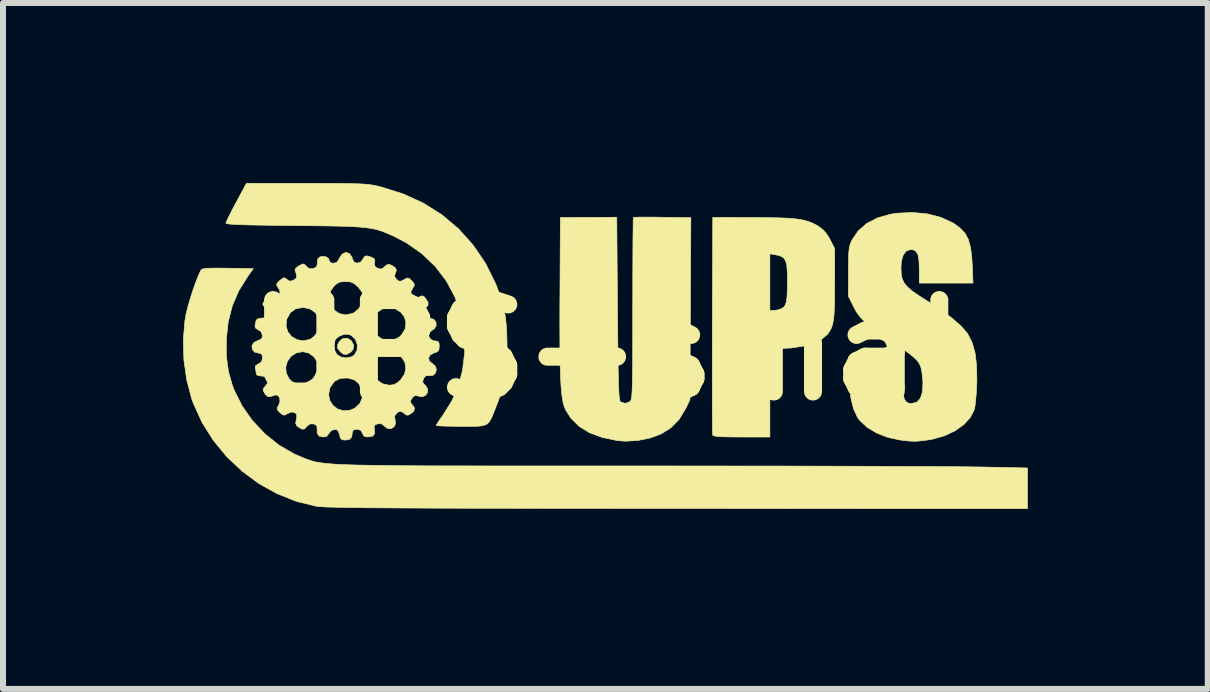
<source format=kicad_pcb>
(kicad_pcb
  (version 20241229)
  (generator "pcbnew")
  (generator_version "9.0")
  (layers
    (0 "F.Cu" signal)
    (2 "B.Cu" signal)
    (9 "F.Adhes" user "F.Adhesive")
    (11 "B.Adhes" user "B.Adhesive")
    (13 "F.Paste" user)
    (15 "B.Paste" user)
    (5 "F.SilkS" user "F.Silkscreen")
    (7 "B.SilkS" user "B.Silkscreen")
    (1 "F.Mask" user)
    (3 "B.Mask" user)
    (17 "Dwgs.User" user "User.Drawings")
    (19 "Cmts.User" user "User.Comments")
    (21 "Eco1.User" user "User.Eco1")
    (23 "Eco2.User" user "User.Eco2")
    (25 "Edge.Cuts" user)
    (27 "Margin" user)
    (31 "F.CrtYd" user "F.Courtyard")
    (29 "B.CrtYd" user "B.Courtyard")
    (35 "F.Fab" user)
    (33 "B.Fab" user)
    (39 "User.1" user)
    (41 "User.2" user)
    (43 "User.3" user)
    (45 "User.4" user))
  (footprint "UPS-smal"
    (layer "F.Cu")
    (at 7.09 2.786)
    (property "Reference" "UPS-smal" (at 0 0 0) (layer "F.SilkS") (effects (font (size 1.524 1.524) (thickness 0.3))))
    (attr through_hole)
    (fp_poly (pts (xy -4.286 -0.159) (xy -4.284 -0.157) (xy -4.246 -0.085) (xy -4.254 -0.015) (xy -4.298 0.037) (xy -4.366 0.072) (xy -4.422 0.064) (xy -4.47 0.025) (xy -4.514 -0.033) (xy -4.513 -0.09) (xy -4.482 -0.147) (xy -4.423 -0.194) (xy -4.351 -0.198) (xy -4.286 -0.159)) (stroke (width 0.01) (type solid)) (fill yes) (layer "F.SilkS"))
    (fp_poly (pts (xy 2.417 -2.211) (xy 2.656 -2.209) (xy 2.852 -2.205) (xy 3.01 -2.198) (xy 3.137 -2.186) (xy 3.24 -2.17) (xy 3.326 -2.147) (xy 3.401 -2.118) (xy 3.473 -2.081) (xy 3.505 -2.062) (xy 3.591 -1.995) (xy 3.66 -1.906) (xy 3.695 -1.842) (xy 3.772 -1.693) (xy 3.772 -1.107) (xy 3.771 -0.897) (xy 3.768 -0.73) (xy 3.762 -0.601) (xy 3.751 -0.501) (xy 3.736 -0.424) (xy 3.714 -0.363) (xy 3.685 -0.31) (xy 3.654 -0.267) (xy 3.559 -0.184) (xy 3.421 -0.116) (xy 3.246 -0.066) (xy 3.04 -0.036) (xy 2.838 -0.026) (xy 2.692 -0.025) (xy 2.692 1.448) (xy 2.222 1.448) (xy 2.044 1.447) (xy 1.912 1.444) (xy 1.821 1.439) (xy 1.766 1.43) (xy 1.741 1.419) (xy 1.739 1.416) (xy 1.737 1.386) (xy 1.735 1.309) (xy 1.734 1.19) (xy 1.733 1.032) (xy 1.732 0.84) (xy 1.732 0.618) (xy 1.732 0.37) (xy 1.732 0.101) (xy 1.733 -0.187) (xy 1.733 -0.414) (xy 1.734 -0.66) (xy 2.692 -0.66) (xy 2.755 -0.66) (xy 2.827 -0.671) (xy 2.882 -0.69) (xy 2.921 -0.714) (xy 2.948 -0.75) (xy 2.967 -0.806) (xy 2.978 -0.89) (xy 2.983 -1.01) (xy 2.985 -1.161) (xy 2.982 -1.312) (xy 2.973 -1.42) (xy 2.953 -1.493) (xy 2.919 -1.54) (xy 2.867 -1.569) (xy 2.793 -1.588) (xy 2.788 -1.589) (xy 2.692 -1.606) (xy 2.692 -0.66) (xy 1.734 -0.66) (xy 1.74 -2.213) (xy 2.417 -2.211)) (stroke (width 0.01) (type solid)) (fill yes) (layer "F.SilkS"))
    (fp_poly (pts (xy 0.751 -2.217) (xy 0.9 -2.215) (xy 0.901 -2.215) (xy 1.375 -2.208) (xy 1.367 -0.691) (xy 1.359 0.826) (xy 1.292 0.968) (xy 1.18 1.153) (xy 1.037 1.298) (xy 0.88 1.396) (xy 0.697 1.464) (xy 0.491 1.506) (xy 0.283 1.518) (xy 0.152 1.508) (xy -0.102 1.455) (xy -0.314 1.377) (xy -0.486 1.271) (xy -0.622 1.137) (xy -0.711 0.999) (xy -0.732 0.949) (xy -0.751 0.888) (xy -0.766 0.811) (xy -0.779 0.716) (xy -0.789 0.597) (xy -0.797 0.451) (xy -0.803 0.275) (xy -0.807 0.064) (xy -0.808 -0.185) (xy -0.809 -0.476) (xy -0.808 -0.813) (xy -0.807 -0.909) (xy -0.8 -2.211) (xy 0.14 -2.215) (xy 0.152 -0.688) (xy 0.155 -0.366) (xy 0.158 -0.092) (xy 0.161 0.138) (xy 0.164 0.329) (xy 0.167 0.484) (xy 0.171 0.606) (xy 0.175 0.7) (xy 0.18 0.768) (xy 0.185 0.816) (xy 0.192 0.845) (xy 0.199 0.861) (xy 0.203 0.864) (xy 0.28 0.887) (xy 0.351 0.863) (xy 0.366 0.849) (xy 0.375 0.836) (xy 0.382 0.814) (xy 0.388 0.777) (xy 0.393 0.723) (xy 0.397 0.648) (xy 0.4 0.547) (xy 0.402 0.417) (xy 0.404 0.255) (xy 0.405 0.055) (xy 0.406 -0.184) (xy 0.406 -0.468) (xy 0.406 -0.696) (xy 0.407 -0.968) (xy 0.407 -1.224) (xy 0.408 -1.46) (xy 0.409 -1.673) (xy 0.41 -1.856) (xy 0.412 -2.006) (xy 0.413 -2.118) (xy 0.415 -2.188) (xy 0.417 -2.212) (xy 0.444 -2.215) (xy 0.515 -2.217) (xy 0.619 -2.217) (xy 0.751 -2.217)) (stroke (width 0.01) (type solid)) (fill yes) (layer "F.SilkS"))
    (fp_poly (pts (xy -5.029 -2.78) (xy -4.775 -2.78) (xy -4.567 -2.779) (xy -4.397 -2.778) (xy -4.261 -2.775) (xy -4.152 -2.772) (xy -4.064 -2.767) (xy -3.992 -2.76) (xy -3.93 -2.751) (xy -3.872 -2.74) (xy -3.812 -2.726) (xy -3.785 -2.719) (xy -3.418 -2.604) (xy -3.08 -2.448) (xy -2.771 -2.253) (xy -2.495 -2.02) (xy -2.254 -1.751) (xy -2.048 -1.449) (xy -1.882 -1.114) (xy -1.867 -1.078) (xy -1.798 -0.893) (xy -1.749 -0.724) (xy -1.716 -0.554) (xy -1.697 -0.369) (xy -1.69 -0.154) (xy -1.689 -0.076) (xy -1.693 0.147) (xy -1.707 0.336) (xy -1.734 0.505) (xy -1.776 0.671) (xy -1.836 0.849) (xy -1.867 0.929) (xy -1.914 1.05) (xy -1.951 1.139) (xy -1.988 1.2) (xy -2.032 1.238) (xy -2.093 1.26) (xy -2.179 1.269) (xy -2.298 1.27) (xy -2.452 1.27) (xy -2.591 1.269) (xy -2.711 1.267) (xy -2.802 1.263) (xy -2.858 1.259) (xy -2.87 1.256) (xy -2.856 1.229) (xy -2.82 1.173) (xy -2.768 1.098) (xy -2.756 1.081) (xy -2.607 0.842) (xy -2.5 0.598) (xy -2.431 0.337) (xy -2.396 0.048) (xy -2.395 0.024) (xy -2.402 -0.294) (xy -2.457 -0.599) (xy -2.558 -0.887) (xy -2.701 -1.153) (xy -2.885 -1.395) (xy -3.108 -1.608) (xy -3.366 -1.789) (xy -3.564 -1.893) (xy -3.649 -1.931) (xy -3.724 -1.963) (xy -3.797 -1.99) (xy -3.872 -2.012) (xy -3.954 -2.029) (xy -4.049 -2.042) (xy -4.162 -2.053) (xy -4.299 -2.06) (xy -4.464 -2.066) (xy -4.664 -2.07) (xy -4.903 -2.073) (xy -5.187 -2.076) (xy -5.226 -2.076) (xy -5.516 -2.079) (xy -5.759 -2.083) (xy -5.956 -2.086) (xy -6.112 -2.091) (xy -6.229 -2.096) (xy -6.309 -2.101) (xy -6.357 -2.108) (xy -6.375 -2.115) (xy -6.375 -2.117) (xy -6.363 -2.149) (xy -6.331 -2.216) (xy -6.284 -2.311) (xy -6.225 -2.423) (xy -6.203 -2.464) (xy -6.032 -2.781) (xy -5.029 -2.78)) (stroke (width 0.01) (type solid)) (fill yes) (layer "F.SilkS"))
    (fp_poly (pts (xy -6.35 -1.366) (xy -6.342 -1.366) (xy -5.918 -1.359) (xy -6.009 -1.232) (xy -6.161 -0.988) (xy -6.269 -0.736) (xy -6.337 -0.466) (xy -6.368 -0.178) (xy -6.367 0.101) (xy -6.333 0.353) (xy -6.265 0.593) (xy -6.238 0.663) (xy -6.105 0.929) (xy -5.932 1.176) (xy -5.724 1.396) (xy -5.489 1.584) (xy -5.235 1.731) (xy -5.118 1.781) (xy -5.074 1.799) (xy -5.034 1.815) (xy -4.995 1.829) (xy -4.955 1.842) (xy -4.912 1.855) (xy -4.864 1.866) (xy -4.809 1.875) (xy -4.744 1.884) (xy -4.668 1.892) (xy -4.577 1.899) (xy -4.471 1.905) (xy -4.346 1.91) (xy -4.201 1.915) (xy -4.033 1.918) (xy -3.84 1.921) (xy -3.62 1.924) (xy -3.371 1.926) (xy -3.09 1.928) (xy -2.776 1.929) (xy -2.426 1.929) (xy -2.038 1.93) (xy -1.61 1.93) (xy -1.139 1.93) (xy -0.624 1.93) (xy -0.061 1.93) (xy 0.444 1.93) (xy 0.954 1.93) (xy 1.458 1.931) (xy 1.952 1.931) (xy 2.435 1.932) (xy 2.902 1.932) (xy 3.352 1.933) (xy 3.78 1.934) (xy 4.184 1.935) (xy 4.561 1.937) (xy 4.908 1.938) (xy 5.222 1.939) (xy 5.5 1.941) (xy 5.738 1.942) (xy 5.935 1.944) (xy 6.086 1.946) (xy 6.181 1.947) (xy 6.985 1.964) (xy 6.985 2.642) (xy 1.162 2.639) (xy 0.501 2.639) (xy -0.111 2.638) (xy -0.676 2.638) (xy -1.195 2.637) (xy -1.671 2.636) (xy -2.106 2.636) (xy -2.5 2.635) (xy -2.857 2.634) (xy -3.177 2.632) (xy -3.463 2.631) (xy -3.717 2.629) (xy -3.94 2.628) (xy -4.134 2.626) (xy -4.301 2.623) (xy -4.443 2.621) (xy -4.562 2.618) (xy -4.659 2.616) (xy -4.736 2.613) (xy -4.796 2.609) (xy -4.839 2.605) (xy -4.866 2.602) (xy -5.2 2.521) (xy -5.521 2.393) (xy -5.825 2.224) (xy -6.106 2.016) (xy -6.361 1.775) (xy -6.584 1.504) (xy -6.771 1.208) (xy -6.916 0.889) (xy -6.948 0.8) (xy -7.029 0.491) (xy -7.075 0.163) (xy -7.085 -0.169) (xy -7.058 -0.489) (xy -7.037 -0.607) (xy -7.01 -0.718) (xy -6.972 -0.85) (xy -6.928 -0.988) (xy -6.881 -1.121) (xy -6.837 -1.235) (xy -6.799 -1.318) (xy -6.786 -1.34) (xy -6.765 -1.353) (xy -6.717 -1.361) (xy -6.635 -1.366) (xy -6.515 -1.368) (xy -6.35 -1.366)) (stroke (width 0.01) (type solid)) (fill yes) (layer "F.SilkS"))
    (fp_poly (pts (xy 5.318 -2.271) (xy 5.546 -2.212) (xy 5.744 -2.12) (xy 5.768 -2.105) (xy 5.87 -2.028) (xy 5.947 -1.944) (xy 6.001 -1.842) (xy 6.036 -1.714) (xy 6.057 -1.552) (xy 6.065 -1.418) (xy 6.078 -1.118) (xy 5.182 -1.118) (xy 5.182 -1.355) (xy 5.177 -1.492) (xy 5.162 -1.586) (xy 5.132 -1.643) (xy 5.085 -1.671) (xy 5.035 -1.676) (xy 4.966 -1.653) (xy 4.915 -1.587) (xy 4.884 -1.482) (xy 4.877 -1.379) (xy 4.881 -1.277) (xy 4.896 -1.194) (xy 4.928 -1.122) (xy 4.983 -1.055) (xy 5.066 -0.984) (xy 5.183 -0.903) (xy 5.315 -0.82) (xy 5.546 -0.668) (xy 5.736 -0.527) (xy 5.882 -0.398) (xy 5.982 -0.282) (xy 5.995 -0.261) (xy 6.065 -0.121) (xy 6.112 0.047) (xy 6.137 0.249) (xy 6.142 0.491) (xy 6.14 0.567) (xy 6.133 0.701) (xy 6.123 0.825) (xy 6.112 0.925) (xy 6.1 0.989) (xy 6.099 0.992) (xy 6.033 1.122) (xy 5.925 1.24) (xy 5.781 1.343) (xy 5.608 1.425) (xy 5.415 1.481) (xy 5.326 1.497) (xy 5.213 1.511) (xy 5.13 1.519) (xy 5.055 1.518) (xy 4.968 1.511) (xy 4.864 1.498) (xy 4.659 1.454) (xy 4.472 1.382) (xy 4.312 1.286) (xy 4.189 1.171) (xy 4.154 1.124) (xy 4.089 0.986) (xy 4.043 0.804) (xy 4.018 0.58) (xy 4.014 0.413) (xy 4.013 0.127) (xy 4.902 0.127) (xy 4.902 0.452) (xy 4.905 0.613) (xy 4.913 0.73) (xy 4.931 0.81) (xy 4.96 0.859) (xy 5.001 0.883) (xy 5.055 0.889) (xy 5.141 0.867) (xy 5.201 0.802) (xy 5.235 0.695) (xy 5.243 0.547) (xy 5.233 0.421) (xy 5.222 0.345) (xy 5.208 0.282) (xy 5.184 0.227) (xy 5.147 0.174) (xy 5.09 0.118) (xy 5.008 0.052) (xy 4.897 -0.028) (xy 4.751 -0.129) (xy 4.682 -0.175) (xy 4.52 -0.287) (xy 4.395 -0.377) (xy 4.299 -0.453) (xy 4.227 -0.519) (xy 4.172 -0.583) (xy 4.127 -0.65) (xy 4.086 -0.727) (xy 4.084 -0.731) (xy 4 -0.901) (xy 4.001 -1.308) (xy 4.002 -1.463) (xy 4.004 -1.577) (xy 4.01 -1.661) (xy 4.019 -1.722) (xy 4.033 -1.773) (xy 4.054 -1.821) (xy 4.061 -1.836) (xy 4.165 -1.989) (xy 4.308 -2.113) (xy 4.489 -2.206) (xy 4.705 -2.266) (xy 4.807 -2.282) (xy 5.069 -2.295) (xy 5.318 -2.271)) (stroke (width 0.01) (type solid)) (fill yes) (layer "F.SilkS"))
    (fp_poly (pts (xy -4.318 -1.611) (xy -4.275 -1.553) (xy -4.263 -1.511) (xy -4.235 -1.465) (xy -4.185 -1.45) (xy -4.131 -1.467) (xy -4.095 -1.51) (xy -4.067 -1.558) (xy -4.032 -1.572) (xy -3.974 -1.558) (xy -3.949 -1.549) (xy -3.901 -1.522) (xy -3.892 -1.482) (xy -3.897 -1.46) (xy -3.899 -1.408) (xy -3.865 -1.375) (xy -3.848 -1.367) (xy -3.794 -1.351) (xy -3.753 -1.369) (xy -3.729 -1.391) (xy -3.686 -1.426) (xy -3.649 -1.428) (xy -3.603 -1.408) (xy -3.546 -1.369) (xy -3.534 -1.326) (xy -3.555 -1.272) (xy -3.564 -1.226) (xy -3.53 -1.18) (xy -3.529 -1.179) (xy -3.49 -1.15) (xy -3.455 -1.15) (xy -3.406 -1.175) (xy -3.355 -1.202) (xy -3.321 -1.197) (xy -3.279 -1.158) (xy -3.277 -1.156) (xy -3.239 -1.111) (xy -3.235 -1.077) (xy -3.261 -1.03) (xy -3.263 -1.027) (xy -3.291 -0.977) (xy -3.289 -0.945) (xy -3.257 -0.909) (xy -3.213 -0.875) (xy -3.17 -0.879) (xy -3.149 -0.889) (xy -3.103 -0.906) (xy -3.068 -0.888) (xy -3.045 -0.86) (xy -3.005 -0.795) (xy -3.007 -0.746) (xy -3.051 -0.702) (xy -3.052 -0.701) (xy -3.09 -0.665) (xy -3.089 -0.625) (xy -3.078 -0.598) (xy -3.038 -0.547) (xy -2.975 -0.533) (xy -2.91 -0.514) (xy -2.874 -0.467) (xy -2.87 -0.409) (xy -2.902 -0.355) (xy -2.934 -0.335) (xy -2.985 -0.292) (xy -2.995 -0.238) (xy -2.971 -0.189) (xy -2.915 -0.157) (xy -2.878 -0.152) (xy -2.838 -0.145) (xy -2.822 -0.112) (xy -2.819 -0.064) (xy -2.825 -0.002) (xy -2.854 0.029) (xy -2.902 0.045) (xy -2.968 0.079) (xy -2.996 0.13) (xy -2.985 0.183) (xy -2.935 0.223) (xy -2.884 0.267) (xy -2.867 0.324) (xy -2.88 0.38) (xy -2.92 0.419) (xy -2.983 0.426) (xy -2.984 0.426) (xy -3.04 0.426) (xy -3.075 0.463) (xy -3.081 0.476) (xy -3.096 0.527) (xy -3.076 0.565) (xy -3.051 0.586) (xy -3.013 0.642) (xy -3.013 0.702) (xy -3.044 0.751) (xy -3.097 0.777) (xy -3.161 0.767) (xy -3.214 0.754) (xy -3.255 0.778) (xy -3.261 0.785) (xy -3.298 0.842) (xy -3.288 0.889) (xy -3.264 0.914) (xy -3.229 0.965) (xy -3.244 1.017) (xy -3.29 1.057) (xy -3.338 1.084) (xy -3.371 1.08) (xy -3.4 1.057) (xy -3.451 1.021) (xy -3.494 1.026) (xy -3.533 1.057) (xy -3.564 1.1) (xy -3.556 1.156) (xy -3.554 1.161) (xy -3.548 1.23) (xy -3.577 1.282) (xy -3.627 1.309) (xy -3.686 1.303) (xy -3.73 1.268) (xy -3.779 1.228) (xy -3.838 1.227) (xy -3.846 1.229) (xy -3.893 1.247) (xy -3.905 1.279) (xy -3.898 1.325) (xy -3.896 1.394) (xy -3.93 1.434) (xy -4.007 1.447) (xy -4.017 1.447) (xy -4.073 1.434) (xy -4.1 1.385) (xy -4.1 1.384) (xy -4.124 1.337) (xy -4.174 1.321) (xy -4.191 1.321) (xy -4.247 1.329) (xy -4.267 1.36) (xy -4.267 1.37) (xy -4.279 1.448) (xy -4.319 1.489) (xy -4.381 1.499) (xy -4.439 1.493) (xy -4.467 1.466) (xy -4.481 1.41) (xy -4.5 1.348) (xy -4.531 1.324) (xy -4.561 1.321) (xy -4.623 1.343) (xy -4.653 1.384) (xy -4.695 1.436) (xy -4.752 1.448) (xy -4.821 1.433) (xy -4.853 1.386) (xy -4.855 1.315) (xy -4.859 1.261) (xy -4.897 1.235) (xy -4.913 1.23) (xy -4.972 1.229) (xy -5.022 1.267) (xy -5.028 1.274) (xy -5.065 1.313) (xy -5.099 1.318) (xy -5.148 1.294) (xy -5.196 1.259) (xy -5.212 1.217) (xy -5.201 1.151) (xy -5.194 1.126) (xy -5.195 1.07) (xy -5.232 1.037) (xy -5.29 1.033) (xy -5.347 1.057) (xy -5.394 1.083) (xy -5.428 1.079) (xy -5.473 1.042) (xy -5.475 1.04) (xy -5.515 0.998) (xy -5.521 0.965) (xy -5.497 0.92) (xy -5.496 0.92) (xy -5.474 0.858) (xy -5.479 0.799) (xy -5.504 0.757) (xy -5.546 0.746) (xy -5.557 0.75) (xy -5.631 0.775) (xy -5.678 0.773) (xy -5.713 0.741) (xy -5.715 0.738) (xy -4.663 0.738) (xy -4.643 0.838) (xy -4.59 0.922) (xy -4.511 0.982) (xy -4.414 1.011) (xy -4.309 1.003) (xy -4.227 0.968) (xy -4.142 0.89) (xy -4.101 0.79) (xy -4.108 0.675) (xy -4.111 0.663) (xy -4.159 0.559) (xy -4.235 0.495) (xy -4.345 0.465) (xy -4.352 0.464) (xy -4.472 0.471) (xy -4.567 0.522) (xy -4.634 0.616) (xy -4.64 0.628) (xy -4.663 0.738) (xy -5.715 0.738) (xy -5.726 0.723) (xy -5.753 0.676) (xy -5.752 0.643) (xy -5.719 0.601) (xy -5.706 0.588) (xy -5.663 0.522) (xy -5.667 0.471) (xy -5.717 0.439) (xy -5.78 0.432) (xy -5.843 0.423) (xy -5.868 0.401) (xy -5.868 0.4) (xy -5.874 0.351) (xy -5.883 0.312) (xy -5.884 0.282) (xy -5.377 0.282) (xy -5.369 0.382) (xy -5.322 0.476) (xy -5.28 0.519) (xy -5.199 0.564) (xy -5.103 0.584) (xy -5.011 0.578) (xy -4.952 0.552) (xy -4.871 0.458) (xy -4.83 0.343) (xy -4.826 0.297) (xy -4.83 0.278) (xy -3.937 0.278) (xy -3.915 0.399) (xy -3.856 0.496) (xy -3.766 0.56) (xy -3.653 0.584) (xy -3.649 0.584) (xy -3.574 0.575) (xy -3.51 0.539) (xy -3.465 0.498) (xy -3.398 0.401) (xy -3.375 0.299) (xy -3.393 0.201) (xy -3.446 0.117) (xy -3.531 0.055) (xy -3.644 0.026) (xy -3.67 0.025) (xy -3.763 0.047) (xy -3.847 0.104) (xy -3.909 0.182) (xy -3.937 0.269) (xy -3.937 0.278) (xy -4.83 0.278) (xy -4.849 0.196) (xy -4.91 0.108) (xy -4.996 0.048) (xy -5.093 0.025) (xy -5.203 0.047) (xy -5.29 0.103) (xy -5.349 0.185) (xy -5.377 0.282) (xy -5.884 0.282) (xy -5.884 0.265) (xy -5.847 0.236) (xy -5.832 0.23) (xy -5.782 0.197) (xy -5.766 0.14) (xy -5.766 0.128) (xy -5.773 0.073) (xy -5.801 0.053) (xy -5.826 0.051) (xy -5.896 0.033) (xy -5.935 -0.012) (xy -5.941 -0.069) (xy -5.939 -0.072) (xy -4.572 -0.072) (xy -4.556 0.018) (xy -4.521 0.076) (xy -4.451 0.116) (xy -4.364 0.128) (xy -4.28 0.111) (xy -4.231 0.078) (xy -4.188 -0.003) (xy -4.185 -0.093) (xy -4.216 -0.178) (xy -4.279 -0.242) (xy -4.333 -0.265) (xy -4.404 -0.264) (xy -4.48 -0.235) (xy -4.539 -0.191) (xy -4.556 -0.164) (xy -4.572 -0.072) (xy -5.939 -0.072) (xy -5.913 -0.122) (xy -5.849 -0.158) (xy -5.848 -0.158) (xy -5.789 -0.182) (xy -5.767 -0.221) (xy -5.766 -0.243) (xy -5.787 -0.305) (xy -5.829 -0.335) (xy -5.876 -0.363) (xy -5.89 -0.4) (xy -5.372 -0.4) (xy -5.341 -0.303) (xy -5.277 -0.225) (xy -5.189 -0.174) (xy -5.086 -0.156) (xy -4.978 -0.179) (xy -4.955 -0.189) (xy -4.897 -0.237) (xy -4.846 -0.307) (xy -4.839 -0.32) (xy -4.811 -0.43) (xy -4.814 -0.446) (xy -3.937 -0.446) (xy -3.916 -0.334) (xy -3.859 -0.246) (xy -3.777 -0.187) (xy -3.68 -0.16) (xy -3.579 -0.169) (xy -3.484 -0.219) (xy -3.448 -0.253) (xy -3.389 -0.351) (xy -3.374 -0.453) (xy -3.398 -0.55) (xy -3.458 -0.631) (xy -3.548 -0.688) (xy -3.664 -0.711) (xy -3.672 -0.711) (xy -3.769 -0.688) (xy -3.854 -0.627) (xy -3.914 -0.542) (xy -3.937 -0.446) (xy -4.814 -0.446) (xy -4.827 -0.535) (xy -4.882 -0.623) (xy -4.968 -0.685) (xy -5.079 -0.711) (xy -5.093 -0.711) (xy -5.21 -0.69) (xy -5.3 -0.626) (xy -5.358 -0.523) (xy -5.362 -0.51) (xy -5.372 -0.4) (xy -5.89 -0.4) (xy -5.89 -0.401) (xy -5.879 -0.467) (xy -5.877 -0.476) (xy -5.854 -0.517) (xy -5.804 -0.532) (xy -5.776 -0.533) (xy -5.714 -0.541) (xy -5.684 -0.57) (xy -5.674 -0.6) (xy -5.672 -0.66) (xy -5.708 -0.706) (xy -5.716 -0.712) (xy -5.755 -0.745) (xy -5.759 -0.775) (xy -5.732 -0.823) (xy -5.73 -0.825) (xy -5.689 -0.873) (xy -5.64 -0.884) (xy -5.605 -0.879) (xy -5.541 -0.875) (xy -5.538 -0.877) (xy -4.648 -0.877) (xy -4.627 -0.76) (xy -4.569 -0.668) (xy -4.484 -0.609) (xy -4.381 -0.588) (xy -4.269 -0.61) (xy -4.241 -0.623) (xy -4.159 -0.691) (xy -4.106 -0.791) (xy -4.089 -0.89) (xy -4.106 -0.966) (xy -4.163 -1.043) (xy -4.176 -1.057) (xy -4.24 -1.112) (xy -4.3 -1.137) (xy -4.381 -1.143) (xy -4.464 -1.137) (xy -4.522 -1.112) (xy -4.575 -1.064) (xy -4.628 -0.991) (xy -4.647 -0.911) (xy -4.648 -0.877) (xy -5.538 -0.877) (xy -5.502 -0.901) (xy -5.491 -0.917) (xy -5.472 -0.962) (xy -5.484 -1.008) (xy -5.501 -1.035) (xy -5.527 -1.081) (xy -5.524 -1.113) (xy -5.487 -1.151) (xy -5.474 -1.162) (xy -5.426 -1.2) (xy -5.395 -1.206) (xy -5.362 -1.183) (xy -5.356 -1.178) (xy -5.314 -1.15) (xy -5.271 -1.156) (xy -5.245 -1.169) (xy -5.206 -1.195) (xy -5.194 -1.229) (xy -5.206 -1.285) (xy -5.224 -1.334) (xy -5.211 -1.363) (xy -5.166 -1.4) (xy -5.156 -1.406) (xy -5.103 -1.434) (xy -5.072 -1.435) (xy -5.042 -1.406) (xy -5.034 -1.397) (xy -4.986 -1.358) (xy -4.924 -1.359) (xy -4.921 -1.36) (xy -4.872 -1.381) (xy -4.853 -1.423) (xy -4.851 -1.461) (xy -4.844 -1.522) (xy -4.812 -1.552) (xy -4.785 -1.56) (xy -4.716 -1.56) (xy -4.665 -1.529) (xy -4.648 -1.483) (xy -4.626 -1.456) (xy -4.583 -1.448) (xy -4.532 -1.46) (xy -4.495 -1.506) (xy -4.481 -1.537) (xy -4.434 -1.604) (xy -4.376 -1.629) (xy -4.318 -1.611)) (stroke (width 0.01) (type solid)) (fill yes) (layer "F.SilkS")))
  (gr_rect
    (start -3 -3)
    (end 17.08 8.433)
    (stroke (width 0.1) (type default))
    (fill no)
    (layer "Edge.Cuts")))
</source>
